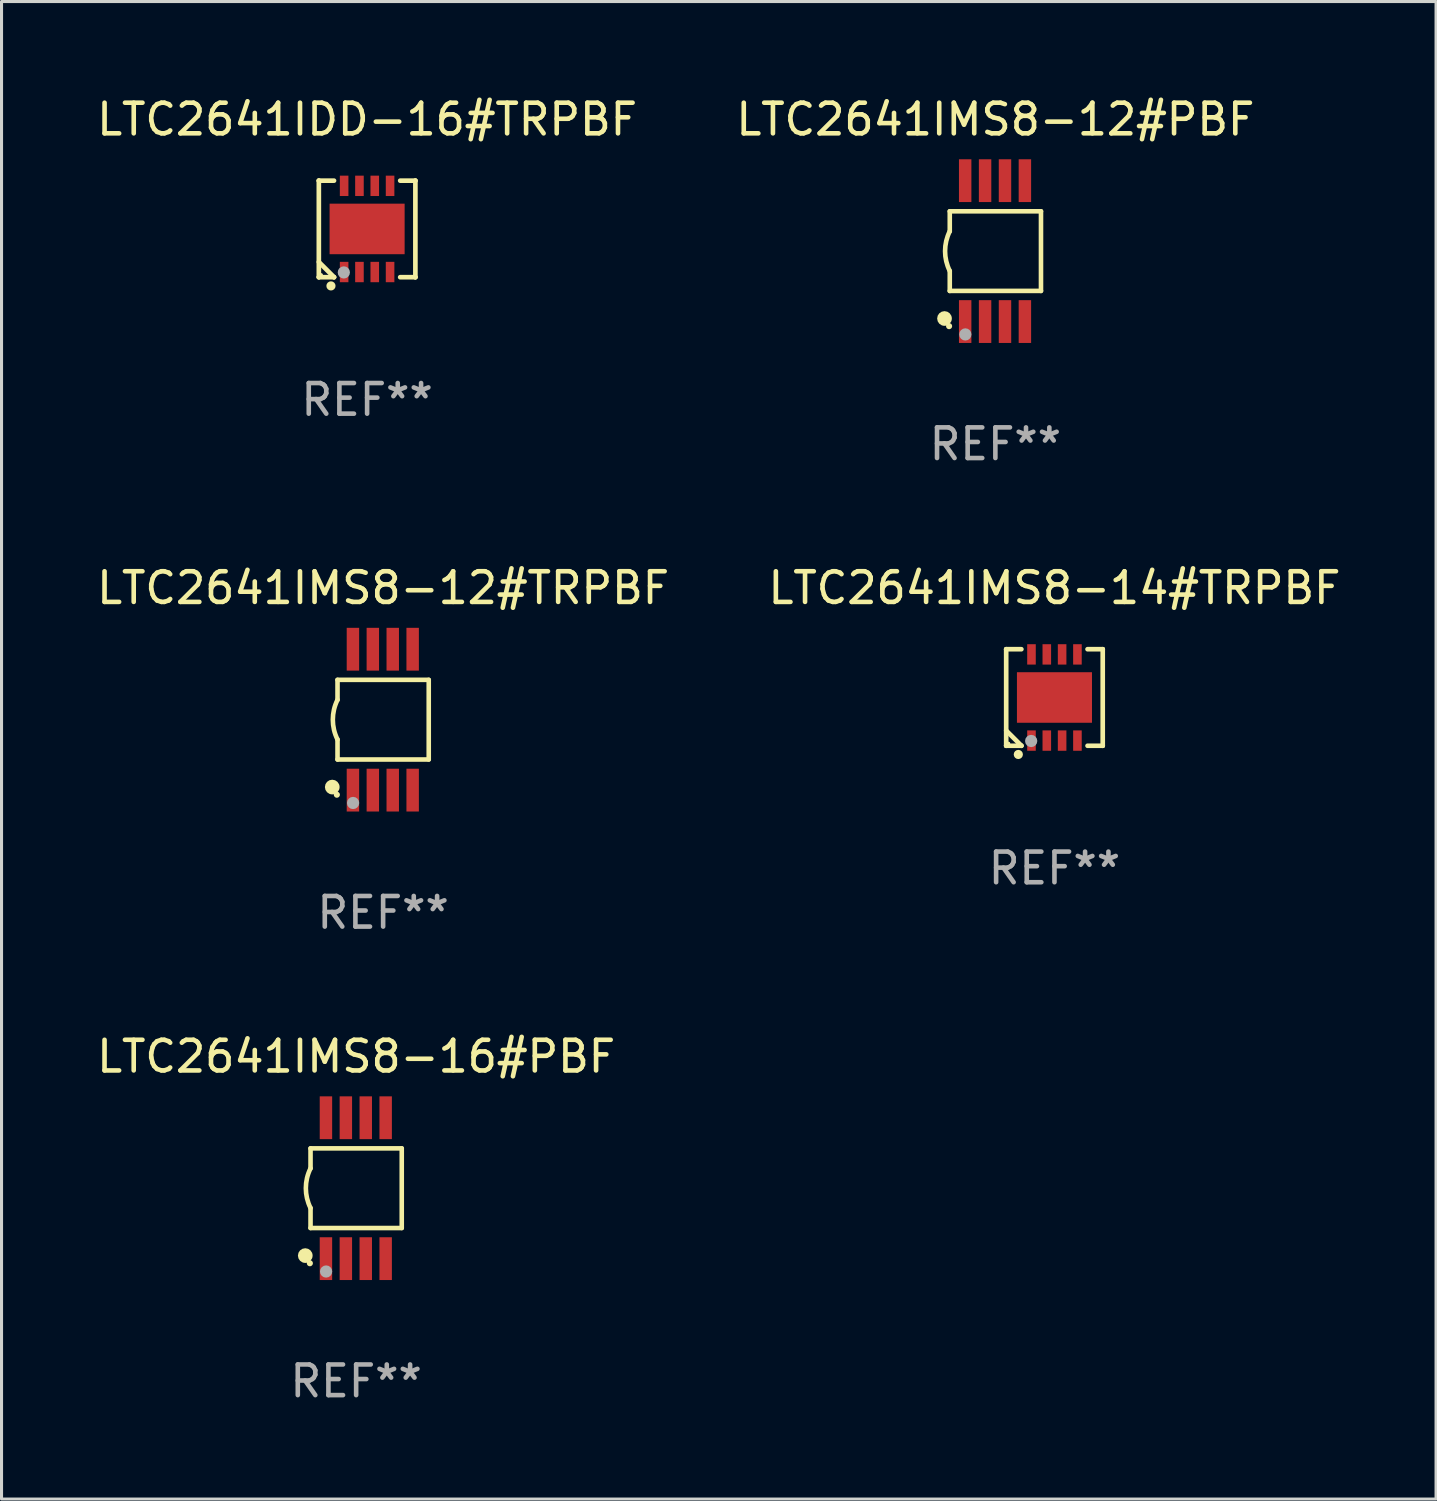
<source format=kicad_pcb>
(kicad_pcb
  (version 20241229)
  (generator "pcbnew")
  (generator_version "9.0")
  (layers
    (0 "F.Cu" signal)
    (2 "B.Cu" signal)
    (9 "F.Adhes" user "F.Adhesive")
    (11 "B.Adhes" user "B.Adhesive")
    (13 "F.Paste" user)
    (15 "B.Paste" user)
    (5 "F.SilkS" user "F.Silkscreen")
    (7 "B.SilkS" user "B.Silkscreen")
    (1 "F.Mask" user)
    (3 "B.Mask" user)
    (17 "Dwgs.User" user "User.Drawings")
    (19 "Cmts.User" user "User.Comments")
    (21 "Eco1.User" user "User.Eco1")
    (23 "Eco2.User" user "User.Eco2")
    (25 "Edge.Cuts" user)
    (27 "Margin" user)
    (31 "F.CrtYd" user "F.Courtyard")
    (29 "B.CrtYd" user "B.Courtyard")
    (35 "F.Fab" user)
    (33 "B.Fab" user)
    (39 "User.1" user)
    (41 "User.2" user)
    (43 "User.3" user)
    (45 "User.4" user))
  (footprint "LTC2641IDD-16#TRPBF"
    (layer "F.Cu")
    (at 8.935 4.424)
    (property "Reference" "LTC2641IDD-16#TRPBF" (at 0 -3.576 0) (layer "F.SilkS") (effects (font (size 1 1) (thickness 0.15))))
    (attr through_hole)
    (fp_line (start -1.576 -1.576) (end -1.576 -1.576) (stroke (width 0.152) (type solid)) (layer "F.SilkS"))
    (fp_line (start -1.576 -1.576) (end -1.08 -1.576) (stroke (width 0.152) (type solid)) (layer "F.SilkS"))
    (fp_line (start -1.576 1.576) (end -1.576 -1.576) (stroke (width 0.152) (type solid)) (layer "F.SilkS"))
    (fp_line (start -1.576 1.576) (end -1.576 1.576) (stroke (width 0.152) (type solid)) (layer "F.SilkS"))
    (fp_line (start -1.08 1.575) (end -1.576 1.079) (stroke (width 0.152) (type solid)) (layer "F.SilkS"))
    (fp_line (start -1.08 1.576) (end -1.576 1.576) (stroke (width 0.152) (type solid)) (layer "F.SilkS"))
    (fp_line (start -1.08 1.576) (end -1.08 1.575) (stroke (width 0.152) (type solid)) (layer "F.SilkS"))
    (fp_line (start 1.08 1.576) (end 1.576 1.576) (stroke (width 0.152) (type solid)) (layer "F.SilkS"))
    (fp_line (start 1.576 -1.576) (end 1.08 -1.576) (stroke (width 0.152) (type solid)) (layer "F.SilkS"))
    (fp_line (start 1.576 -1.576) (end 1.576 -1.576) (stroke (width 0.152) (type solid)) (layer "F.SilkS"))
    (fp_line (start 1.576 1.576) (end 1.576 -1.576) (stroke (width 0.152) (type solid)) (layer "F.SilkS"))
    (fp_line (start 1.576 1.576) (end 1.576 1.576) (stroke (width 0.152) (type solid)) (layer "F.SilkS"))
    (fp_circle (center -1.5 1.5) (end -1.47 1.5) (stroke (width 0.06) (type solid)) (fill no) (layer "F.SilkS"))
    (fp_circle (center -1.18 1.86) (end -1.105 1.86) (stroke (width 0.15) (type solid)) (fill no) (layer "F.SilkS"))
    (fp_circle (center -0.76 1.42) (end -0.66 1.42) (stroke (width 0.2) (type solid)) (fill no) (layer "F.Fab"))
    (fp_text user "REF**" (at 0 5.576 0) (layer "F.Fab") (effects (font (size 1 1) (thickness 0.15))))
    (pad "1" smd rect (at -0.75 1.407) (size 0.28 0.665) (layers "F.Cu" "F.Mask" "F.Paste"))
    (pad "2" smd rect (at -0.25 1.407) (size 0.28 0.665) (layers "F.Cu" "F.Mask" "F.Paste"))
    (pad "3" smd rect (at 0.25 1.407) (size 0.28 0.665) (layers "F.Cu" "F.Mask" "F.Paste"))
    (pad "4" smd rect (at 0.75 1.407) (size 0.28 0.665) (layers "F.Cu" "F.Mask" "F.Paste"))
    (pad "5" smd rect (at 0.75 -1.407) (size 0.28 0.665) (layers "F.Cu" "F.Mask" "F.Paste"))
    (pad "6" smd rect (at 0.25 -1.407) (size 0.28 0.665) (layers "F.Cu" "F.Mask" "F.Paste"))
    (pad "7" smd rect (at -0.25 -1.407) (size 0.28 0.665) (layers "F.Cu" "F.Mask" "F.Paste"))
    (pad "8" smd rect (at -0.75 -1.407) (size 0.28 0.665) (layers "F.Cu" "F.Mask" "F.Paste"))
    (pad "9" smd rect (at 0 0) (size 2.45 1.65) (layers "F.Cu" "F.Mask" "F.Paste")))
  (footprint "LTC2641IMS8-16#PBF"
    (layer "F.Cu")
    (at 8.577 35.741)
    (property "Reference" "LTC2641IMS8-16#PBF" (at 0 -4.3 0) (layer "F.SilkS") (effects (font (size 1 1) (thickness 0.15))))
    (attr through_hole)
    (fp_line (start -1.489 -1.3) (end -1.489 -0.648) (stroke (width 0.15) (type solid)) (layer "F.SilkS"))
    (fp_line (start -1.489 0.648) (end -1.489 1.3) (stroke (width 0.15) (type solid)) (layer "F.SilkS"))
    (fp_line (start -1.489 1.3) (end 1.489 1.3) (stroke (width 0.15) (type solid)) (layer "F.SilkS"))
    (fp_line (start 1.489 -1.3) (end -1.489 -1.3) (stroke (width 0.15) (type solid)) (layer "F.SilkS"))
    (fp_line (start 1.489 1.3) (end 1.489 -1.3) (stroke (width 0.15) (type solid)) (layer "F.SilkS"))
    (fp_arc (start -1.489205 0.647702) (mid -1.642107 0) (end -1.489205 -0.647701) (stroke (width 0.150013) (type solid)) (layer "F.SilkS"))
    (fp_circle (center -1.661 2.2) (end -1.541 2.2) (stroke (width 0.24) (type solid)) (fill no) (layer "F.SilkS"))
    (fp_circle (center -1.511 2.45) (end -1.461 2.45) (stroke (width 0.1) (type solid)) (fill no) (layer "F.SilkS"))
    (fp_circle (center -0.981 2.72) (end -0.881 2.72) (stroke (width 0.2) (type solid)) (fill no) (layer "F.Fab"))
    (fp_text user "REF**" (at 0 6.3 0) (layer "F.Fab") (effects (font (size 1 1) (thickness 0.15))))
    (pad "1" smd rect (at -0.986 2.3) (size 0.406 1.397) (layers "F.Cu" "F.Mask" "F.Paste"))
    (pad "2" smd rect (at -0.336 2.3) (size 0.406 1.397) (layers "F.Cu" "F.Mask" "F.Paste"))
    (pad "3" smd rect (at 0.314 2.3) (size 0.406 1.397) (layers "F.Cu" "F.Mask" "F.Paste"))
    (pad "4" smd rect (at 0.964 2.3) (size 0.406 1.397) (layers "F.Cu" "F.Mask" "F.Paste"))
    (pad "5" smd rect (at 0.964 -2.3) (size 0.406 1.397) (layers "F.Cu" "F.Mask" "F.Paste"))
    (pad "6" smd rect (at 0.314 -2.3) (size 0.406 1.397) (layers "F.Cu" "F.Mask" "F.Paste"))
    (pad "7" smd rect (at -0.336 -2.3) (size 0.406 1.397) (layers "F.Cu" "F.Mask" "F.Paste"))
    (pad "8" smd rect (at -0.986 -2.3) (size 0.406 1.397) (layers "F.Cu" "F.Mask" "F.Paste")))
  (footprint "LTC2641IMS8-12#PBF"
    (layer "F.Cu")
    (at 29.446 5.148)
    (property "Reference" "LTC2641IMS8-12#PBF" (at 0 -4.3 0) (layer "F.SilkS") (effects (font (size 1 1) (thickness 0.15))))
    (attr through_hole)
    (fp_line (start -1.489 -1.3) (end -1.489 -0.648) (stroke (width 0.15) (type solid)) (layer "F.SilkS"))
    (fp_line (start -1.489 0.648) (end -1.489 1.3) (stroke (width 0.15) (type solid)) (layer "F.SilkS"))
    (fp_line (start -1.489 1.3) (end 1.489 1.3) (stroke (width 0.15) (type solid)) (layer "F.SilkS"))
    (fp_line (start 1.489 -1.3) (end -1.489 -1.3) (stroke (width 0.15) (type solid)) (layer "F.SilkS"))
    (fp_line (start 1.489 1.3) (end 1.489 -1.3) (stroke (width 0.15) (type solid)) (layer "F.SilkS"))
    (fp_arc (start -1.489205 0.647702) (mid -1.642107 0) (end -1.489205 -0.647701) (stroke (width 0.150013) (type solid)) (layer "F.SilkS"))
    (fp_circle (center -1.661 2.2) (end -1.541 2.2) (stroke (width 0.24) (type solid)) (fill no) (layer "F.SilkS"))
    (fp_circle (center -1.511 2.45) (end -1.461 2.45) (stroke (width 0.1) (type solid)) (fill no) (layer "F.SilkS"))
    (fp_circle (center -0.981 2.72) (end -0.881 2.72) (stroke (width 0.2) (type solid)) (fill no) (layer "F.Fab"))
    (fp_text user "REF**" (at 0 6.3 0) (layer "F.Fab") (effects (font (size 1 1) (thickness 0.15))))
    (pad "1" smd rect (at -0.986 2.3) (size 0.406 1.397) (layers "F.Cu" "F.Mask" "F.Paste"))
    (pad "2" smd rect (at -0.336 2.3) (size 0.406 1.397) (layers "F.Cu" "F.Mask" "F.Paste"))
    (pad "3" smd rect (at 0.314 2.3) (size 0.406 1.397) (layers "F.Cu" "F.Mask" "F.Paste"))
    (pad "4" smd rect (at 0.964 2.3) (size 0.406 1.397) (layers "F.Cu" "F.Mask" "F.Paste"))
    (pad "5" smd rect (at 0.964 -2.3) (size 0.406 1.397) (layers "F.Cu" "F.Mask" "F.Paste"))
    (pad "6" smd rect (at 0.314 -2.3) (size 0.406 1.397) (layers "F.Cu" "F.Mask" "F.Paste"))
    (pad "7" smd rect (at -0.336 -2.3) (size 0.406 1.397) (layers "F.Cu" "F.Mask" "F.Paste"))
    (pad "8" smd rect (at -0.986 -2.3) (size 0.406 1.397) (layers "F.Cu" "F.Mask" "F.Paste")))
  (footprint "LTC2641IMS8-14#TRPBF"
    (layer "F.Cu")
    (at 31.375 19.721)
    (property "Reference" "LTC2641IMS8-14#TRPBF" (at 0 -3.576 0) (layer "F.SilkS") (effects (font (size 1 1) (thickness 0.15))))
    (attr through_hole)
    (fp_line (start -1.576 -1.576) (end -1.576 -1.576) (stroke (width 0.152) (type solid)) (layer "F.SilkS"))
    (fp_line (start -1.576 -1.576) (end -1.08 -1.576) (stroke (width 0.152) (type solid)) (layer "F.SilkS"))
    (fp_line (start -1.576 1.576) (end -1.576 -1.576) (stroke (width 0.152) (type solid)) (layer "F.SilkS"))
    (fp_line (start -1.576 1.576) (end -1.576 1.576) (stroke (width 0.152) (type solid)) (layer "F.SilkS"))
    (fp_line (start -1.08 1.575) (end -1.576 1.079) (stroke (width 0.152) (type solid)) (layer "F.SilkS"))
    (fp_line (start -1.08 1.576) (end -1.576 1.576) (stroke (width 0.152) (type solid)) (layer "F.SilkS"))
    (fp_line (start -1.08 1.576) (end -1.08 1.575) (stroke (width 0.152) (type solid)) (layer "F.SilkS"))
    (fp_line (start 1.08 1.576) (end 1.576 1.576) (stroke (width 0.152) (type solid)) (layer "F.SilkS"))
    (fp_line (start 1.576 -1.576) (end 1.08 -1.576) (stroke (width 0.152) (type solid)) (layer "F.SilkS"))
    (fp_line (start 1.576 -1.576) (end 1.576 -1.576) (stroke (width 0.152) (type solid)) (layer "F.SilkS"))
    (fp_line (start 1.576 1.576) (end 1.576 -1.576) (stroke (width 0.152) (type solid)) (layer "F.SilkS"))
    (fp_line (start 1.576 1.576) (end 1.576 1.576) (stroke (width 0.152) (type solid)) (layer "F.SilkS"))
    (fp_circle (center -1.5 1.5) (end -1.47 1.5) (stroke (width 0.06) (type solid)) (fill no) (layer "F.SilkS"))
    (fp_circle (center -1.18 1.86) (end -1.105 1.86) (stroke (width 0.15) (type solid)) (fill no) (layer "F.SilkS"))
    (fp_circle (center -0.76 1.42) (end -0.66 1.42) (stroke (width 0.2) (type solid)) (fill no) (layer "F.Fab"))
    (fp_text user "REF**" (at 0 5.576 0) (layer "F.Fab") (effects (font (size 1 1) (thickness 0.15))))
    (pad "1" smd rect (at -0.75 1.407) (size 0.28 0.665) (layers "F.Cu" "F.Mask" "F.Paste"))
    (pad "2" smd rect (at -0.25 1.407) (size 0.28 0.665) (layers "F.Cu" "F.Mask" "F.Paste"))
    (pad "3" smd rect (at 0.25 1.407) (size 0.28 0.665) (layers "F.Cu" "F.Mask" "F.Paste"))
    (pad "4" smd rect (at 0.75 1.407) (size 0.28 0.665) (layers "F.Cu" "F.Mask" "F.Paste"))
    (pad "5" smd rect (at 0.75 -1.407) (size 0.28 0.665) (layers "F.Cu" "F.Mask" "F.Paste"))
    (pad "6" smd rect (at 0.25 -1.407) (size 0.28 0.665) (layers "F.Cu" "F.Mask" "F.Paste"))
    (pad "7" smd rect (at -0.25 -1.407) (size 0.28 0.665) (layers "F.Cu" "F.Mask" "F.Paste"))
    (pad "8" smd rect (at -0.75 -1.407) (size 0.28 0.665) (layers "F.Cu" "F.Mask" "F.Paste"))
    (pad "9" smd rect (at 0 0) (size 2.45 1.65) (layers "F.Cu" "F.Mask" "F.Paste")))
  (footprint "LTC2641IMS8-12#TRPBF"
    (layer "F.Cu")
    (at 9.458 20.445)
    (property "Reference" "LTC2641IMS8-12#TRPBF" (at 0 -4.3 0) (layer "F.SilkS") (effects (font (size 1 1) (thickness 0.15))))
    (attr through_hole)
    (fp_line (start -1.489 -1.3) (end -1.489 -0.648) (stroke (width 0.15) (type solid)) (layer "F.SilkS"))
    (fp_line (start -1.489 0.648) (end -1.489 1.3) (stroke (width 0.15) (type solid)) (layer "F.SilkS"))
    (fp_line (start -1.489 1.3) (end 1.489 1.3) (stroke (width 0.15) (type solid)) (layer "F.SilkS"))
    (fp_line (start 1.489 -1.3) (end -1.489 -1.3) (stroke (width 0.15) (type solid)) (layer "F.SilkS"))
    (fp_line (start 1.489 1.3) (end 1.489 -1.3) (stroke (width 0.15) (type solid)) (layer "F.SilkS"))
    (fp_arc (start -1.489205 0.647702) (mid -1.642107 0) (end -1.489205 -0.647701) (stroke (width 0.150013) (type solid)) (layer "F.SilkS"))
    (fp_circle (center -1.661 2.2) (end -1.541 2.2) (stroke (width 0.24) (type solid)) (fill no) (layer "F.SilkS"))
    (fp_circle (center -1.511 2.45) (end -1.461 2.45) (stroke (width 0.1) (type solid)) (fill no) (layer "F.SilkS"))
    (fp_circle (center -0.981 2.72) (end -0.881 2.72) (stroke (width 0.2) (type solid)) (fill no) (layer "F.Fab"))
    (fp_text user "REF**" (at 0 6.3 0) (layer "F.Fab") (effects (font (size 1 1) (thickness 0.15))))
    (pad "1" smd rect (at -0.986 2.3) (size 0.406 1.397) (layers "F.Cu" "F.Mask" "F.Paste"))
    (pad "2" smd rect (at -0.336 2.3) (size 0.406 1.397) (layers "F.Cu" "F.Mask" "F.Paste"))
    (pad "3" smd rect (at 0.314 2.3) (size 0.406 1.397) (layers "F.Cu" "F.Mask" "F.Paste"))
    (pad "4" smd rect (at 0.964 2.3) (size 0.406 1.397) (layers "F.Cu" "F.Mask" "F.Paste"))
    (pad "5" smd rect (at 0.964 -2.3) (size 0.406 1.397) (layers "F.Cu" "F.Mask" "F.Paste"))
    (pad "6" smd rect (at 0.314 -2.3) (size 0.406 1.397) (layers "F.Cu" "F.Mask" "F.Paste"))
    (pad "7" smd rect (at -0.336 -2.3) (size 0.406 1.397) (layers "F.Cu" "F.Mask" "F.Paste"))
    (pad "8" smd rect (at -0.986 -2.3) (size 0.406 1.397) (layers "F.Cu" "F.Mask" "F.Paste")))
  (gr_rect
    (start -3 -3)
    (end 43.833 45.889)
    (stroke (width 0.1) (type default))
    (fill no)
    (layer "Edge.Cuts")))
</source>
